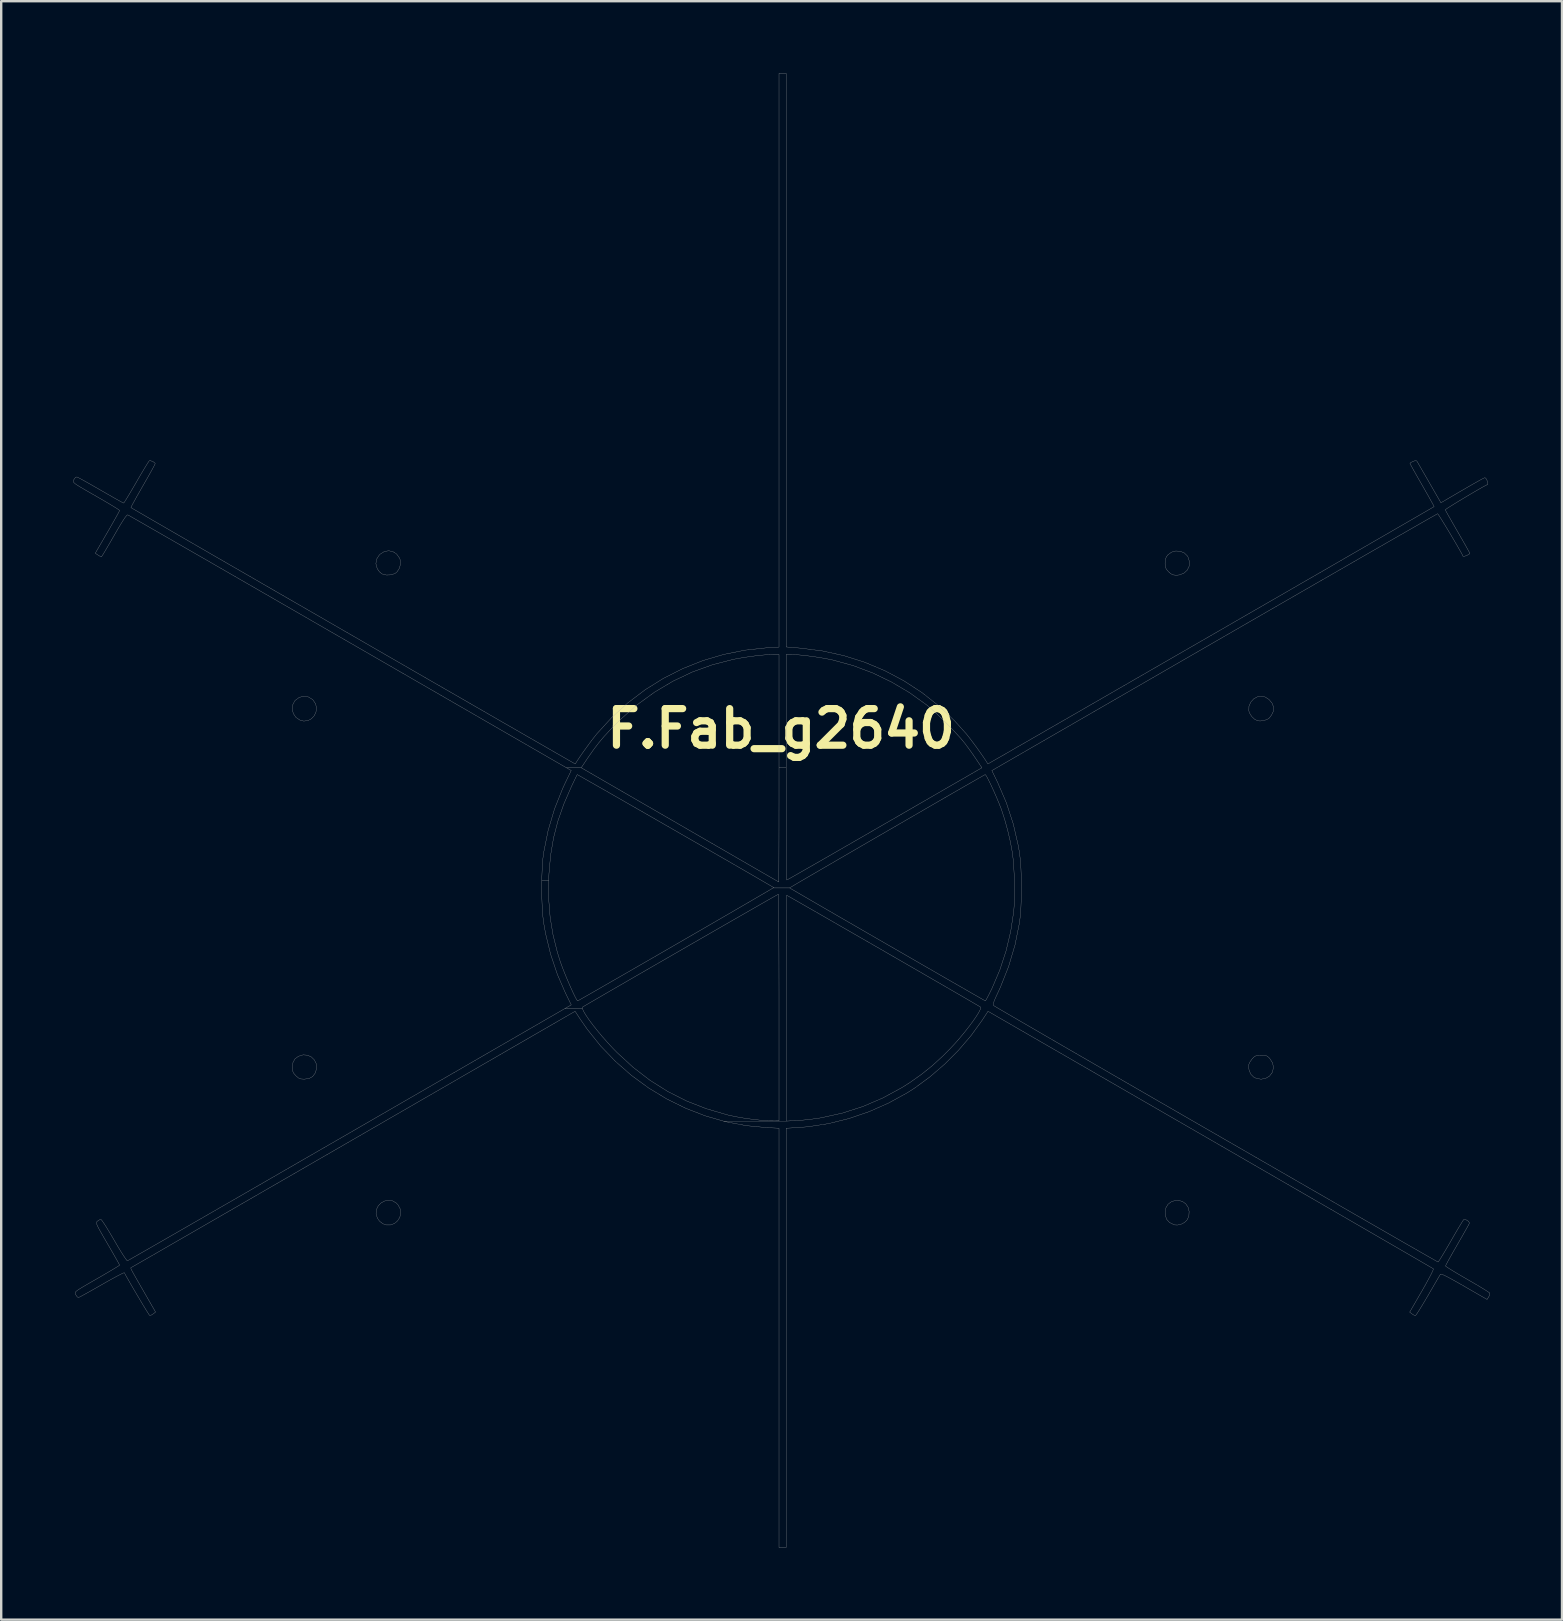
<source format=kicad_pcb>
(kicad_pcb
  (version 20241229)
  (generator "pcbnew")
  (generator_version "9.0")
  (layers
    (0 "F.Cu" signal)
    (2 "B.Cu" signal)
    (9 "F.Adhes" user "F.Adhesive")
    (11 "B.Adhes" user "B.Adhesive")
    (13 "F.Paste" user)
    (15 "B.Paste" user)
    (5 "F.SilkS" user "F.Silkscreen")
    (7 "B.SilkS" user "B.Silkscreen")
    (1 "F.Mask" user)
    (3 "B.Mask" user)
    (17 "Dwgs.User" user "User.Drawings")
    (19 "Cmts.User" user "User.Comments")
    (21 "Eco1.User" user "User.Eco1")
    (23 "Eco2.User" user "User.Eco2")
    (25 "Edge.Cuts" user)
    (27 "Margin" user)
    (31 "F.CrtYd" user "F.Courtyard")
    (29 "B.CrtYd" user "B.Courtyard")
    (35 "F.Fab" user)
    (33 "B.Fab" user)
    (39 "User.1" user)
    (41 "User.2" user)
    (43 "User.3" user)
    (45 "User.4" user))
  (footprint "F.Fab_g2640"
    (layer "F.Cu")
    (at 29.494 27.31)
    (property "Reference" "F.Fab_g2640" (at 0 0 0) (layer "F.SilkS") (effects (font (size 1.524 1.524) (thickness 0.3))))
    (attr through_hole)
    (fp_poly (pts (xy -19.703 -1.324) (xy -19.531 -1.221) (xy -19.499 -1.19) (xy -19.392 -1.029) (xy -19.356 -0.857) (xy -19.379 -0.688) (xy -19.452 -0.535) (xy -19.568 -0.413) (xy -19.716 -0.334) (xy -19.887 -0.314) (xy -20.048 -0.356) (xy -20.212 -0.468) (xy -20.32 -0.623) (xy -20.368 -0.802) (xy -20.351 -0.985) (xy -20.265 -1.152) (xy -20.242 -1.178) (xy -20.076 -1.302) (xy -19.89 -1.35) (xy -19.703 -1.324)) (stroke (width 0.01) (type solid)) (fill no) (layer "F.Fab"))
    (fp_poly (pts (xy -16.189 19.675) (xy -16.033 19.766) (xy -15.959 19.843) (xy -15.867 20.017) (xy -15.846 20.195) (xy -15.886 20.363) (xy -15.977 20.508) (xy -16.107 20.618) (xy -16.268 20.68) (xy -16.448 20.68) (xy -16.595 20.629) (xy -16.732 20.521) (xy -16.821 20.392) (xy -16.875 20.206) (xy -16.857 20.033) (xy -16.783 19.883) (xy -16.666 19.763) (xy -16.519 19.683) (xy -16.355 19.651) (xy -16.189 19.675)) (stroke (width 0.01) (type solid)) (fill no) (layer "F.Fab"))
    (fp_poly (pts (xy 16.728 19.704) (xy 16.863 19.799) (xy 16.96 19.944) (xy 17.003 20.116) (xy 16.992 20.32) (xy 16.91 20.484) (xy 16.806 20.58) (xy 16.672 20.649) (xy 16.52 20.684) (xy 16.391 20.678) (xy 16.383 20.675) (xy 16.187 20.578) (xy 16.065 20.445) (xy 16.008 20.267) (xy 16.002 20.163) (xy 16.035 19.968) (xy 16.124 19.819) (xy 16.254 19.718) (xy 16.408 19.664) (xy 16.571 19.659) (xy 16.728 19.704)) (stroke (width 0.01) (type solid)) (fill no) (layer "F.Fab"))
    (fp_poly (pts (xy -16.171 -7.375) (xy -16.016 -7.273) (xy -15.901 -7.112) (xy -15.873 -7.044) (xy -15.855 -6.868) (xy -15.9 -6.688) (xy -15.997 -6.535) (xy -16.083 -6.465) (xy -16.251 -6.407) (xy -16.445 -6.4) (xy -16.621 -6.445) (xy -16.642 -6.456) (xy -16.733 -6.534) (xy -16.815 -6.649) (xy -16.827 -6.672) (xy -16.882 -6.871) (xy -16.854 -7.059) (xy -16.742 -7.231) (xy -16.703 -7.271) (xy -16.532 -7.378) (xy -16.349 -7.412) (xy -16.171 -7.375)) (stroke (width 0.01) (type solid)) (fill no) (layer "F.Fab"))
    (fp_poly (pts (xy 20.175 -1.316) (xy 20.333 -1.213) (xy 20.456 -1.066) (xy 20.524 -0.896) (xy 20.532 -0.823) (xy 20.504 -0.703) (xy 20.437 -0.565) (xy 20.35 -0.449) (xy 20.305 -0.41) (xy 20.148 -0.344) (xy 19.965 -0.318) (xy 19.866 -0.326) (xy 19.734 -0.388) (xy 19.61 -0.506) (xy 19.519 -0.652) (xy 19.492 -0.738) (xy 19.496 -0.928) (xy 19.569 -1.102) (xy 19.697 -1.243) (xy 19.863 -1.333) (xy 20.003 -1.354) (xy 20.175 -1.316)) (stroke (width 0.01) (type solid)) (fill no) (layer "F.Fab"))
    (fp_poly (pts (xy -19.734 13.606) (xy -19.574 13.679) (xy -19.448 13.8) (xy -19.369 13.957) (xy -19.348 14.137) (xy -19.399 14.329) (xy -19.41 14.351) (xy -19.519 14.498) (xy -19.669 14.58) (xy -19.868 14.605) (xy -20.008 14.596) (xy -20.108 14.556) (xy -20.211 14.468) (xy -20.218 14.461) (xy -20.31 14.356) (xy -20.352 14.258) (xy -20.362 14.121) (xy -20.362 14.111) (xy -20.336 13.908) (xy -20.253 13.759) (xy -20.108 13.652) (xy -19.916 13.593) (xy -19.734 13.606)) (stroke (width 0.01) (type solid)) (fill no) (layer "F.Fab"))
    (fp_poly (pts (xy 16.63 -7.391) (xy 16.798 -7.323) (xy 16.927 -7.2) (xy 16.954 -7.156) (xy 17.017 -6.956) (xy 17.004 -6.767) (xy 16.924 -6.603) (xy 16.786 -6.478) (xy 16.598 -6.405) (xy 16.466 -6.392) (xy 16.337 -6.406) (xy 16.233 -6.458) (xy 16.146 -6.536) (xy 16.057 -6.637) (xy 16.014 -6.732) (xy 16.002 -6.862) (xy 16.002 -6.895) (xy 16.012 -7.046) (xy 16.053 -7.155) (xy 16.12 -7.242) (xy 16.269 -7.353) (xy 16.446 -7.402) (xy 16.63 -7.391)) (stroke (width 0.01) (type solid)) (fill no) (layer "F.Fab"))
    (fp_poly (pts (xy 20.147 13.615) (xy 20.24 13.639) (xy 20.315 13.694) (xy 20.364 13.746) (xy 20.482 13.93) (xy 20.518 14.124) (xy 20.47 14.32) (xy 20.466 14.328) (xy 20.352 14.479) (xy 20.19 14.573) (xy 20.001 14.607) (xy 19.806 14.574) (xy 19.698 14.522) (xy 19.581 14.407) (xy 19.504 14.245) (xy 19.479 14.071) (xy 19.49 13.995) (xy 19.536 13.893) (xy 19.616 13.776) (xy 19.64 13.747) (xy 19.72 13.668) (xy 19.799 13.627) (xy 19.908 13.612) (xy 20.003 13.61) (xy 20.147 13.615)) (stroke (width 0.01) (type solid)) (fill no) (layer "F.Fab"))
    (fp_poly (pts (xy 0.212 -3.404) (xy 0.819 -3.353) (xy 1.731 -3.236) (xy 2.622 -3.04) (xy 3.486 -2.766) (xy 4.318 -2.417) (xy 5.114 -1.995) (xy 5.869 -1.504) (xy 6.578 -0.945) (xy 7.236 -0.321) (xy 7.709 0.206) (xy 7.833 0.361) (xy 7.981 0.555) (xy 8.139 0.769) (xy 8.295 0.987) (xy 8.436 1.19) (xy 8.549 1.36) (xy 8.616 1.471) (xy 8.653 1.451) (xy 8.759 1.391) (xy 8.93 1.292) (xy 9.164 1.158) (xy 9.456 0.991) (xy 9.803 0.791) (xy 10.2 0.563) (xy 10.645 0.307) (xy 11.132 0.026) (xy 11.659 -0.277) (xy 12.222 -0.601) (xy 12.817 -0.944) (xy 13.44 -1.303) (xy 14.087 -1.676) (xy 14.755 -2.061) (xy 15.44 -2.456) (xy 16.138 -2.858) (xy 16.846 -3.266) (xy 17.559 -3.677) (xy 18.274 -4.089) (xy 18.987 -4.501) (xy 19.695 -4.909) (xy 20.393 -5.311) (xy 21.078 -5.706) (xy 21.745 -6.092) (xy 22.393 -6.465) (xy 23.015 -6.824) (xy 23.61 -7.168) (xy 24.172 -7.492) (xy 24.699 -7.797) (xy 25.187 -8.078) (xy 25.631 -8.334) (xy 26.028 -8.564) (xy 26.374 -8.764) (xy 26.665 -8.933) (xy 26.899 -9.068) (xy 27.07 -9.168) (xy 27.175 -9.229) (xy 27.211 -9.251) (xy 27.194 -9.288) (xy 27.14 -9.389) (xy 27.055 -9.542) (xy 26.945 -9.739) (xy 26.814 -9.968) (xy 26.714 -10.144) (xy 26.572 -10.391) (xy 26.445 -10.614) (xy 26.339 -10.802) (xy 26.26 -10.945) (xy 26.214 -11.032) (xy 26.204 -11.054) (xy 26.239 -11.087) (xy 26.324 -11.131) (xy 26.335 -11.135) (xy 26.431 -11.167) (xy 26.482 -11.156) (xy 26.503 -11.13) (xy 26.534 -11.078) (xy 26.6 -10.963) (xy 26.696 -10.798) (xy 26.814 -10.593) (xy 26.949 -10.36) (xy 27.017 -10.241) (xy 27.495 -9.411) (xy 27.834 -9.61) (xy 28.234 -9.844) (xy 28.565 -10.036) (xy 28.832 -10.19) (xy 29.037 -10.306) (xy 29.185 -10.388) (xy 29.28 -10.437) (xy 29.326 -10.456) (xy 29.329 -10.456) (xy 29.371 -10.423) (xy 29.414 -10.346) (xy 29.446 -10.257) (xy 29.452 -10.189) (xy 29.441 -10.173) (xy 29.373 -10.14) (xy 29.25 -10.074) (xy 29.085 -9.98) (xy 28.89 -9.867) (xy 28.676 -9.741) (xy 28.456 -9.61) (xy 28.242 -9.481) (xy 28.046 -9.361) (xy 27.88 -9.257) (xy 27.756 -9.178) (xy 27.687 -9.129) (xy 27.676 -9.117) (xy 27.699 -9.072) (xy 27.759 -8.963) (xy 27.85 -8.803) (xy 27.965 -8.601) (xy 28.098 -8.368) (xy 28.195 -8.201) (xy 28.336 -7.955) (xy 28.463 -7.734) (xy 28.568 -7.548) (xy 28.647 -7.407) (xy 28.693 -7.323) (xy 28.702 -7.303) (xy 28.669 -7.268) (xy 28.592 -7.226) (xy 28.503 -7.19) (xy 28.435 -7.174) (xy 28.417 -7.18) (xy 28.385 -7.247) (xy 28.319 -7.369) (xy 28.225 -7.533) (xy 28.112 -7.729) (xy 27.986 -7.943) (xy 27.854 -8.164) (xy 27.725 -8.379) (xy 27.604 -8.577) (xy 27.5 -8.745) (xy 27.42 -8.87) (xy 27.37 -8.942) (xy 27.358 -8.954) (xy 27.319 -8.933) (xy 27.209 -8.871) (xy 27.031 -8.771) (xy 26.79 -8.634) (xy 26.488 -8.461) (xy 26.129 -8.255) (xy 25.714 -8.018) (xy 25.248 -7.75) (xy 24.734 -7.455) (xy 24.174 -7.133) (xy 23.572 -6.786) (xy 22.931 -6.417) (xy 22.253 -6.027) (xy 21.543 -5.618) (xy 20.803 -5.191) (xy 20.036 -4.749) (xy 19.246 -4.293) (xy 18.435 -3.825) (xy 18.051 -3.603) (xy 8.784 1.747) (xy 9.023 2.239) (xy 9.388 3.088) (xy 9.676 3.972) (xy 9.887 4.887) (xy 9.934 5.166) (xy 9.97 5.463) (xy 9.995 5.822) (xy 10.01 6.223) (xy 10.015 6.644) (xy 10.009 7.065) (xy 9.994 7.463) (xy 9.967 7.819) (xy 9.935 8.086) (xy 9.748 9.014) (xy 9.481 9.914) (xy 9.135 10.786) (xy 9.043 10.985) (xy 8.943 11.199) (xy 8.879 11.351) (xy 8.847 11.45) (xy 8.843 11.51) (xy 8.857 11.538) (xy 8.899 11.564) (xy 9.01 11.631) (xy 9.187 11.734) (xy 9.426 11.874) (xy 9.722 12.046) (xy 10.073 12.25) (xy 10.475 12.483) (xy 10.923 12.743) (xy 11.414 13.028) (xy 11.944 13.335) (xy 12.51 13.662) (xy 13.107 14.007) (xy 13.732 14.369) (xy 14.381 14.744) (xy 15.051 15.131) (xy 15.736 15.527) (xy 16.435 15.93) (xy 17.143 16.339) (xy 17.855 16.75) (xy 18.569 17.162) (xy 19.281 17.572) (xy 19.986 17.979) (xy 20.682 18.38) (xy 21.364 18.773) (xy 22.028 19.156) (xy 22.671 19.526) (xy 23.289 19.882) (xy 23.878 20.221) (xy 24.435 20.541) (xy 24.955 20.84) (xy 25.435 21.116) (xy 25.871 21.367) (xy 26.259 21.589) (xy 26.596 21.782) (xy 26.877 21.943) (xy 27.099 22.069) (xy 27.259 22.16) (xy 27.352 22.211) (xy 27.376 22.224) (xy 27.406 22.188) (xy 27.471 22.089) (xy 27.565 21.936) (xy 27.683 21.739) (xy 27.817 21.51) (xy 27.918 21.335) (xy 28.06 21.088) (xy 28.189 20.867) (xy 28.3 20.683) (xy 28.385 20.545) (xy 28.439 20.464) (xy 28.455 20.447) (xy 28.548 20.469) (xy 28.633 20.522) (xy 28.68 20.584) (xy 28.68 20.612) (xy 28.653 20.666) (xy 28.589 20.782) (xy 28.495 20.949) (xy 28.378 21.155) (xy 28.244 21.388) (xy 28.171 21.515) (xy 28.032 21.756) (xy 27.909 21.973) (xy 27.807 22.156) (xy 27.733 22.293) (xy 27.692 22.373) (xy 27.686 22.389) (xy 27.721 22.419) (xy 27.82 22.485) (xy 27.973 22.581) (xy 28.17 22.699) (xy 28.401 22.835) (xy 28.6 22.95) (xy 28.852 23.096) (xy 29.08 23.23) (xy 29.272 23.347) (xy 29.418 23.439) (xy 29.509 23.501) (xy 29.535 23.523) (xy 29.528 23.591) (xy 29.486 23.678) (xy 29.417 23.784) (xy 28.461 23.232) (xy 28.156 23.058) (xy 27.916 22.924) (xy 27.736 22.828) (xy 27.607 22.766) (xy 27.524 22.735) (xy 27.48 22.731) (xy 27.47 22.739) (xy 27.44 22.791) (xy 27.373 22.905) (xy 27.277 23.069) (xy 27.159 23.273) (xy 27.024 23.505) (xy 26.958 23.619) (xy 26.818 23.856) (xy 26.69 24.068) (xy 26.582 24.244) (xy 26.499 24.372) (xy 26.448 24.443) (xy 26.437 24.454) (xy 26.376 24.44) (xy 26.295 24.39) (xy 26.194 24.312) (xy 26.705 23.428) (xy 26.846 23.18) (xy 26.969 22.956) (xy 27.07 22.767) (xy 27.141 22.622) (xy 27.179 22.533) (xy 27.182 22.508) (xy 27.143 22.484) (xy 27.033 22.42) (xy 26.857 22.317) (xy 26.616 22.177) (xy 26.314 22.001) (xy 25.955 21.793) (xy 25.541 21.553) (xy 25.075 21.283) (xy 24.561 20.985) (xy 24.002 20.661) (xy 23.4 20.313) (xy 22.759 19.942) (xy 22.082 19.55) (xy 21.372 19.14) (xy 20.632 18.712) (xy 19.865 18.269) (xy 19.075 17.812) (xy 18.264 17.344) (xy 17.886 17.125) (xy 8.624 11.777) (xy 8.37 12.164) (xy 7.917 12.791) (xy 7.396 13.4) (xy 6.822 13.976) (xy 6.211 14.503) (xy 5.579 14.968) (xy 5.27 15.166) (xy 4.486 15.598) (xy 3.67 15.959) (xy 2.832 16.246) (xy 1.981 16.457) (xy 1.127 16.588) (xy 0.688 16.623) (xy 0.212 16.65) (xy 0.212 34.121) (xy -0.085 34.121) (xy -0.085 16.649) (xy -0.582 16.626) (xy -1.455 16.542) (xy -2.316 16.377) (xy -3.158 16.134) (xy -3.976 15.817) (xy -4.766 15.428) (xy -5.52 14.971) (xy -6.234 14.448) (xy -6.902 13.864) (xy -7.518 13.222) (xy -8.077 12.524) (xy -8.37 12.1) (xy -8.581 11.777) (xy -17.806 17.106) (xy -18.623 17.578) (xy -19.422 18.039) (xy -20.198 18.488) (xy -20.949 18.921) (xy -21.672 19.338) (xy -22.363 19.737) (xy -23.019 20.116) (xy -23.638 20.473) (xy -24.216 20.807) (xy -24.75 21.115) (xy -25.237 21.395) (xy -25.673 21.647) (xy -26.056 21.868) (xy -26.383 22.056) (xy -26.651 22.21) (xy -26.855 22.328) (xy -26.994 22.407) (xy -27.064 22.447) (xy -27.072 22.451) (xy -27.086 22.458) (xy -27.093 22.469) (xy -27.089 22.494) (xy -27.07 22.54) (xy -27.031 22.616) (xy -26.969 22.729) (xy -26.879 22.888) (xy -26.757 23.101) (xy -26.599 23.376) (xy -26.522 23.51) (xy -26.062 24.309) (xy -26.165 24.388) (xy -26.249 24.44) (xy -26.305 24.455) (xy -26.333 24.418) (xy -26.396 24.32) (xy -26.487 24.173) (xy -26.599 23.989) (xy -26.723 23.78) (xy -26.854 23.56) (xy -26.984 23.339) (xy -27.105 23.131) (xy -27.21 22.947) (xy -27.293 22.8) (xy -27.345 22.702) (xy -27.36 22.672) (xy -27.399 22.681) (xy -27.501 22.728) (xy -27.656 22.808) (xy -27.855 22.915) (xy -28.087 23.044) (xy -28.306 23.169) (xy -28.562 23.315) (xy -28.794 23.447) (xy -28.992 23.557) (xy -29.146 23.641) (xy -29.246 23.692) (xy -29.281 23.707) (xy -29.329 23.673) (xy -29.382 23.597) (xy -29.403 23.559) (xy -29.415 23.527) (xy -29.412 23.495) (xy -29.385 23.459) (xy -29.328 23.411) (xy -29.232 23.347) (xy -29.091 23.261) (xy -28.897 23.147) (xy -28.643 23.001) (xy -28.416 22.871) (xy -28.174 22.73) (xy -27.958 22.603) (xy -27.779 22.496) (xy -27.648 22.415) (xy -27.573 22.366) (xy -27.56 22.354) (xy -27.58 22.312) (xy -27.638 22.208) (xy -27.726 22.052) (xy -27.839 21.853) (xy -27.972 21.623) (xy -28.065 21.463) (xy -28.224 21.189) (xy -28.344 20.979) (xy -28.43 20.824) (xy -28.486 20.713) (xy -28.516 20.638) (xy -28.525 20.588) (xy -28.516 20.556) (xy -28.493 20.53) (xy -28.483 20.521) (xy -28.398 20.465) (xy -28.341 20.447) (xy -28.306 20.482) (xy -28.235 20.581) (xy -28.136 20.733) (xy -28.015 20.929) (xy -27.879 21.158) (xy -27.786 21.316) (xy -27.644 21.56) (xy -27.513 21.776) (xy -27.4 21.955) (xy -27.311 22.087) (xy -27.253 22.161) (xy -27.235 22.173) (xy -27.195 22.151) (xy -27.084 22.089) (xy -26.906 21.988) (xy -26.664 21.849) (xy -26.361 21.676) (xy -26.001 21.469) (xy -25.586 21.231) (xy -25.119 20.962) (xy -24.604 20.666) (xy -24.044 20.343) (xy -23.442 19.996) (xy -22.8 19.627) (xy -22.123 19.237) (xy -21.413 18.827) (xy -20.673 18.4) (xy -19.907 17.958) (xy -19.117 17.502) (xy -18.307 17.035) (xy -17.963 16.836) (xy -9.004 11.662) (xy -8.277 11.662) (xy -8.23 11.773) (xy -8.138 11.93) (xy -8.008 12.122) (xy -7.844 12.343) (xy -7.655 12.582) (xy -7.446 12.833) (xy -7.224 13.085) (xy -6.994 13.332) (xy -6.842 13.488) (xy -6.167 14.109) (xy -5.462 14.652) (xy -4.721 15.119) (xy -3.941 15.513) (xy -3.116 15.836) (xy -2.244 16.091) (xy -2.159 16.112) (xy -1.861 16.174) (xy -1.525 16.232) (xy -1.178 16.28) (xy -0.848 16.316) (xy -0.563 16.335) (xy -0.476 16.337) (xy -0.085 16.341) (xy -0.085 11.648) (xy 0.212 11.648) (xy 0.212 16.353) (xy 0.688 16.328) (xy 0.939 16.309) (xy 1.23 16.278) (xy 1.516 16.24) (xy 1.672 16.215) (xy 2.553 16.02) (xy 3.409 15.745) (xy 4.236 15.391) (xy 5.027 14.962) (xy 5.37 14.745) (xy 5.848 14.408) (xy 6.294 14.05) (xy 6.732 13.65) (xy 7.03 13.352) (xy 7.234 13.134) (xy 7.438 12.901) (xy 7.637 12.662) (xy 7.822 12.426) (xy 7.989 12.203) (xy 8.128 12.001) (xy 8.235 11.831) (xy 8.302 11.701) (xy 8.321 11.62) (xy 8.314 11.603) (xy 8.272 11.578) (xy 8.163 11.513) (xy 7.993 11.414) (xy 7.767 11.282) (xy 7.49 11.121) (xy 7.169 10.935) (xy 6.81 10.727) (xy 6.417 10.5) (xy 5.997 10.257) (xy 5.556 10.002) (xy 5.099 9.738) (xy 4.631 9.468) (xy 4.16 9.196) (xy 3.69 8.925) (xy 3.226 8.658) (xy 2.776 8.399) (xy 2.344 8.151) (xy 1.937 7.916) (xy 1.559 7.699) (xy 1.218 7.503) (xy 0.917 7.331) (xy 0.664 7.186) (xy 0.464 7.072) (xy 0.322 6.992) (xy 0.245 6.949) (xy 0.232 6.943) (xy 0.23 6.984) (xy 0.227 7.105) (xy 0.224 7.299) (xy 0.222 7.563) (xy 0.22 7.889) (xy 0.218 8.273) (xy 0.216 8.71) (xy 0.215 9.193) (xy 0.213 9.718) (xy 0.213 10.28) (xy 0.212 10.872) (xy 0.212 11.49) (xy 0.212 11.648) (xy -0.085 11.648) (xy -0.085 11.62) (xy -0.085 10.996) (xy -0.086 10.396) (xy -0.087 9.825) (xy -0.088 9.289) (xy -0.09 8.794) (xy -0.092 8.344) (xy -0.094 7.945) (xy -0.097 7.602) (xy -0.1 7.321) (xy -0.103 7.108) (xy -0.106 6.967) (xy -0.109 6.903) (xy -0.11 6.9) (xy -0.15 6.921) (xy -0.256 6.981) (xy -0.425 7.076) (xy -0.65 7.204) (xy -0.925 7.362) (xy -1.245 7.545) (xy -1.604 7.751) (xy -1.997 7.976) (xy -2.417 8.218) (xy -2.859 8.472) (xy -3.318 8.736) (xy -3.787 9.006) (xy -4.26 9.279) (xy -4.733 9.552) (xy -5.2 9.821) (xy -5.654 10.083) (xy -6.091 10.335) (xy -6.503 10.574) (xy -6.887 10.796) (xy -7.235 10.997) (xy -7.542 11.176) (xy -7.803 11.327) (xy -8.012 11.449) (xy -8.164 11.538) (xy -8.251 11.59) (xy -8.271 11.603) (xy -8.277 11.662) (xy -9.004 11.662) (xy -8.742 11.511) (xy -8.984 11.015) (xy -9.322 10.236) (xy -9.599 9.41) (xy -9.809 8.552) (xy -9.893 8.086) (xy -9.928 7.788) (xy -9.953 7.427) (xy -9.968 7.026) (xy -9.973 6.604) (xy -9.969 6.335) (xy -9.682 6.335) (xy -9.68 7.122) (xy -9.621 7.865) (xy -9.502 8.588) (xy -9.321 9.315) (xy -9.206 9.684) (xy -9.143 9.864) (xy -9.062 10.076) (xy -8.969 10.306) (xy -8.87 10.541) (xy -8.771 10.769) (xy -8.677 10.976) (xy -8.594 11.149) (xy -8.528 11.274) (xy -8.485 11.339) (xy -8.476 11.345) (xy -8.438 11.325) (xy -8.331 11.264) (xy -8.16 11.167) (xy -7.929 11.035) (xy -7.644 10.872) (xy -7.31 10.679) (xy -6.93 10.461) (xy -6.509 10.219) (xy -6.053 9.956) (xy -5.565 9.675) (xy -5.051 9.379) (xy -4.515 9.069) (xy -4.376 8.989) (xy -3.836 8.677) (xy -3.317 8.377) (xy -2.824 8.091) (xy -2.361 7.823) (xy -1.933 7.575) (xy -1.545 7.349) (xy -1.201 7.149) (xy -0.906 6.977) (xy -0.665 6.836) (xy -0.482 6.729) (xy -0.361 6.657) (xy -0.328 6.637) (xy 0.357 6.637) (xy 0.396 6.66) (xy 0.503 6.723) (xy 0.671 6.821) (xy 0.896 6.952) (xy 1.171 7.112) (xy 1.49 7.297) (xy 1.849 7.505) (xy 2.241 7.732) (xy 2.661 7.975) (xy 3.103 8.23) (xy 3.561 8.495) (xy 4.029 8.765) (xy 4.503 9.039) (xy 4.976 9.311) (xy 5.442 9.58) (xy 5.896 9.842) (xy 6.332 10.093) (xy 6.744 10.331) (xy 7.127 10.551) (xy 7.475 10.751) (xy 7.783 10.928) (xy 8.044 11.078) (xy 8.253 11.197) (xy 8.404 11.284) (xy 8.492 11.333) (xy 8.513 11.344) (xy 8.539 11.308) (xy 8.594 11.21) (xy 8.671 11.062) (xy 8.762 10.878) (xy 8.797 10.805) (xy 9.115 10.058) (xy 9.374 9.266) (xy 9.569 8.448) (xy 9.694 7.624) (xy 9.698 7.584) (xy 9.719 7.291) (xy 9.728 6.939) (xy 9.728 6.552) (xy 9.717 6.155) (xy 9.697 5.771) (xy 9.669 5.424) (xy 9.634 5.144) (xy 9.552 4.704) (xy 9.444 4.241) (xy 9.319 3.789) (xy 9.187 3.383) (xy 9.163 3.317) (xy 9.085 3.118) (xy 8.994 2.899) (xy 8.896 2.674) (xy 8.797 2.456) (xy 8.703 2.258) (xy 8.621 2.094) (xy 8.556 1.976) (xy 8.515 1.918) (xy 8.506 1.914) (xy 8.461 1.939) (xy 8.348 2.002) (xy 8.175 2.101) (xy 7.946 2.232) (xy 7.667 2.392) (xy 7.344 2.578) (xy 6.983 2.786) (xy 6.589 3.014) (xy 6.168 3.257) (xy 5.726 3.513) (xy 5.268 3.778) (xy 4.8 4.049) (xy 4.327 4.323) (xy 3.856 4.596) (xy 3.391 4.865) (xy 2.939 5.128) (xy 2.506 5.379) (xy 2.096 5.618) (xy 1.716 5.839) (xy 1.371 6.04) (xy 1.067 6.217) (xy 0.81 6.367) (xy 0.605 6.488) (xy 0.458 6.575) (xy 0.375 6.625) (xy 0.357 6.637) (xy -0.328 6.637) (xy -0.309 6.624) (xy -0.307 6.623) (xy -0.348 6.597) (xy -0.457 6.532) (xy -0.628 6.433) (xy -0.854 6.301) (xy -1.131 6.14) (xy -1.452 5.954) (xy -1.812 5.746) (xy -2.205 5.519) (xy -2.626 5.277) (xy -3.069 5.021) (xy -3.528 4.757) (xy -3.997 4.487) (xy -4.471 4.214) (xy -4.945 3.942) (xy -5.411 3.674) (xy -5.866 3.413) (xy -6.303 3.163) (xy -6.716 2.926) (xy -7.1 2.706) (xy -7.448 2.507) (xy -7.757 2.331) (xy -8.019 2.182) (xy -8.229 2.062) (xy -8.381 1.977) (xy -8.47 1.927) (xy -8.492 1.916) (xy -8.515 1.958) (xy -8.566 2.062) (xy -8.639 2.212) (xy -8.726 2.394) (xy -8.736 2.416) (xy -9.051 3.141) (xy -9.297 3.846) (xy -9.479 4.55) (xy -9.602 5.274) (xy -9.67 6.038) (xy -9.682 6.335) (xy -9.969 6.335) (xy -9.967 6.184) (xy -9.951 5.786) (xy -9.925 5.432) (xy -9.892 5.166) (xy -9.705 4.241) (xy -9.439 3.346) (xy -9.096 2.485) (xy -8.981 2.238) (xy -8.742 1.746) (xy -8.943 1.63) (xy -8.326 1.63) (xy -4.216 4.007) (xy -3.674 4.321) (xy -3.152 4.623) (xy -2.656 4.91) (xy -2.189 5.179) (xy -1.758 5.429) (xy -1.366 5.656) (xy -1.017 5.857) (xy -0.718 6.03) (xy -0.472 6.172) (xy -0.283 6.281) (xy -0.158 6.353) (xy -0.099 6.387) (xy -0.095 6.389) (xy -0.094 6.348) (xy -0.093 6.227) (xy -0.091 6.033) (xy -0.09 5.77) (xy -0.089 5.444) (xy -0.088 5.06) (xy -0.087 4.624) (xy -0.086 4.14) (xy -0.086 3.614) (xy -0.085 3.052) (xy -0.085 2.459) (xy -0.085 1.839) (xy -0.085 1.651) (xy -0.085 -3.09) (xy 0.212 -3.09) (xy 0.212 1.609) (xy 0.212 2.232) (xy 0.213 2.831) (xy 0.214 3.4) (xy 0.215 3.934) (xy 0.217 4.428) (xy 0.219 4.877) (xy 0.222 5.274) (xy 0.225 5.615) (xy 0.228 5.893) (xy 0.231 6.105) (xy 0.235 6.244) (xy 0.238 6.305) (xy 0.239 6.308) (xy 0.279 6.287) (xy 0.387 6.227) (xy 0.559 6.129) (xy 0.79 5.997) (xy 1.076 5.834) (xy 1.411 5.642) (xy 1.792 5.424) (xy 2.213 5.182) (xy 2.669 4.919) (xy 3.156 4.639) (xy 3.67 4.343) (xy 4.205 4.034) (xy 4.318 3.969) (xy 8.369 1.63) (xy 8.114 1.249) (xy 7.977 1.049) (xy 7.824 0.836) (xy 7.682 0.643) (xy 7.626 0.572) (xy 7.474 0.39) (xy 7.273 0.17) (xy 7.041 -0.073) (xy 6.793 -0.323) (xy 6.547 -0.562) (xy 6.317 -0.774) (xy 6.12 -0.944) (xy 6.071 -0.984) (xy 5.356 -1.497) (xy 4.598 -1.945) (xy 3.807 -2.325) (xy 2.994 -2.63) (xy 2.169 -2.856) (xy 2.053 -2.881) (xy 1.777 -2.934) (xy 1.474 -2.983) (xy 1.165 -3.026) (xy 0.873 -3.06) (xy 0.62 -3.083) (xy 0.436 -3.09) (xy 0.212 -3.09) (xy -0.085 -3.09) (xy -0.351 -3.09) (xy -0.575 -3.081) (xy -0.859 -3.057) (xy -1.179 -3.019) (xy -1.511 -2.971) (xy -1.833 -2.916) (xy -2.011 -2.881) (xy -2.871 -2.658) (xy -3.703 -2.357) (xy -4.502 -1.978) (xy -5.267 -1.523) (xy -5.993 -0.996) (xy -6.676 -0.397) (xy -6.82 -0.256) (xy -7.121 0.052) (xy -7.375 0.328) (xy -7.599 0.595) (xy -7.811 0.874) (xy -8.03 1.187) (xy -8.072 1.249) (xy -8.326 1.63) (xy -8.943 1.63) (xy -17.949 -3.57) (xy -18.767 -4.041) (xy -19.565 -4.502) (xy -20.341 -4.95) (xy -21.092 -5.383) (xy -21.815 -5.8) (xy -22.506 -6.198) (xy -23.163 -6.577) (xy -23.782 -6.934) (xy -24.36 -7.267) (xy -24.895 -7.574) (xy -25.382 -7.854) (xy -25.819 -8.106) (xy -26.203 -8.326) (xy -26.53 -8.514) (xy -26.798 -8.668) (xy -27.003 -8.785) (xy -27.142 -8.864) (xy -27.212 -8.903) (xy -27.22 -8.907) (xy -27.254 -8.893) (xy -27.311 -8.829) (xy -27.393 -8.71) (xy -27.505 -8.532) (xy -27.65 -8.288) (xy -27.792 -8.042) (xy -27.934 -7.795) (xy -28.063 -7.575) (xy -28.171 -7.391) (xy -28.255 -7.253) (xy -28.307 -7.172) (xy -28.321 -7.155) (xy -28.367 -7.176) (xy -28.451 -7.227) (xy -28.458 -7.231) (xy -28.574 -7.308) (xy -28.066 -8.184) (xy -27.924 -8.43) (xy -27.798 -8.653) (xy -27.692 -8.84) (xy -27.614 -8.983) (xy -27.569 -9.07) (xy -27.56 -9.091) (xy -27.595 -9.12) (xy -27.694 -9.185) (xy -27.847 -9.279) (xy -28.043 -9.397) (xy -28.273 -9.532) (xy -28.459 -9.639) (xy -28.767 -9.816) (xy -29.008 -9.955) (xy -29.191 -10.062) (xy -29.323 -10.144) (xy -29.412 -10.204) (xy -29.464 -10.25) (xy -29.488 -10.285) (xy -29.489 -10.317) (xy -29.477 -10.35) (xy -29.459 -10.387) (xy -29.397 -10.472) (xy -29.339 -10.487) (xy -29.285 -10.461) (xy -29.168 -10.399) (xy -29 -10.307) (xy -28.791 -10.189) (xy -28.552 -10.052) (xy -28.346 -9.934) (xy -28.092 -9.788) (xy -27.863 -9.657) (xy -27.669 -9.547) (xy -27.518 -9.463) (xy -27.423 -9.412) (xy -27.392 -9.398) (xy -27.364 -9.433) (xy -27.301 -9.532) (xy -27.207 -9.684) (xy -27.091 -9.879) (xy -26.957 -10.107) (xy -26.865 -10.266) (xy -26.723 -10.512) (xy -26.592 -10.733) (xy -26.481 -10.918) (xy -26.394 -11.058) (xy -26.339 -11.141) (xy -26.323 -11.16) (xy -26.26 -11.16) (xy -26.172 -11.127) (xy -26.099 -11.078) (xy -26.077 -11.041) (xy -26.098 -10.996) (xy -26.155 -10.888) (xy -26.243 -10.728) (xy -26.356 -10.526) (xy -26.489 -10.293) (xy -26.591 -10.115) (xy -26.732 -9.868) (xy -26.858 -9.646) (xy -26.961 -9.459) (xy -27.038 -9.318) (xy -27.081 -9.232) (xy -27.088 -9.211) (xy -27.049 -9.187) (xy -26.941 -9.124) (xy -26.767 -9.023) (xy -26.531 -8.886) (xy -26.237 -8.715) (xy -25.889 -8.514) (xy -25.49 -8.283) (xy -25.045 -8.025) (xy -24.556 -7.743) (xy -24.028 -7.438) (xy -23.465 -7.112) (xy -22.869 -6.768) (xy -22.246 -6.409) (xy -21.599 -6.035) (xy -20.931 -5.649) (xy -20.247 -5.254) (xy -19.549 -4.852) (xy -18.843 -4.444) (xy -18.131 -4.033) (xy -17.418 -3.622) (xy -16.707 -3.211) (xy -16.001 -2.805) (xy -15.306 -2.403) (xy -14.624 -2.01) (xy -13.959 -1.627) (xy -13.315 -1.256) (xy -12.696 -0.899) (xy -12.106 -0.559) (xy -11.548 -0.237) (xy -11.026 0.063) (xy -10.544 0.341) (xy -10.105 0.593) (xy -9.714 0.818) (xy -9.374 1.014) (xy -9.089 1.177) (xy -8.863 1.307) (xy -8.699 1.401) (xy -8.602 1.456) (xy -8.574 1.471) (xy -8.499 1.349) (xy -8.385 1.178) (xy -8.245 0.976) (xy -8.089 0.76) (xy -7.933 0.547) (xy -7.787 0.356) (xy -7.667 0.206) (xy -7.051 -0.467) (xy -6.381 -1.076) (xy -5.661 -1.621) (xy -4.897 -2.097) (xy -4.094 -2.502) (xy -3.257 -2.835) (xy -2.389 -3.092) (xy -1.497 -3.271) (xy -0.586 -3.369) (xy -0.561 -3.371) (xy -0.085 -3.399) (xy -0.085 -27.305) (xy 0.212 -27.305) (xy 0.212 -3.404)) (stroke (width 0.01) (type solid)) (fill no) (layer "F.Fab")))
  (gr_rect
    (start -3 -3)
    (end 62.034 64.436)
    (stroke (width 0.1) (type default))
    (fill no)
    (layer "Edge.Cuts")))
</source>
